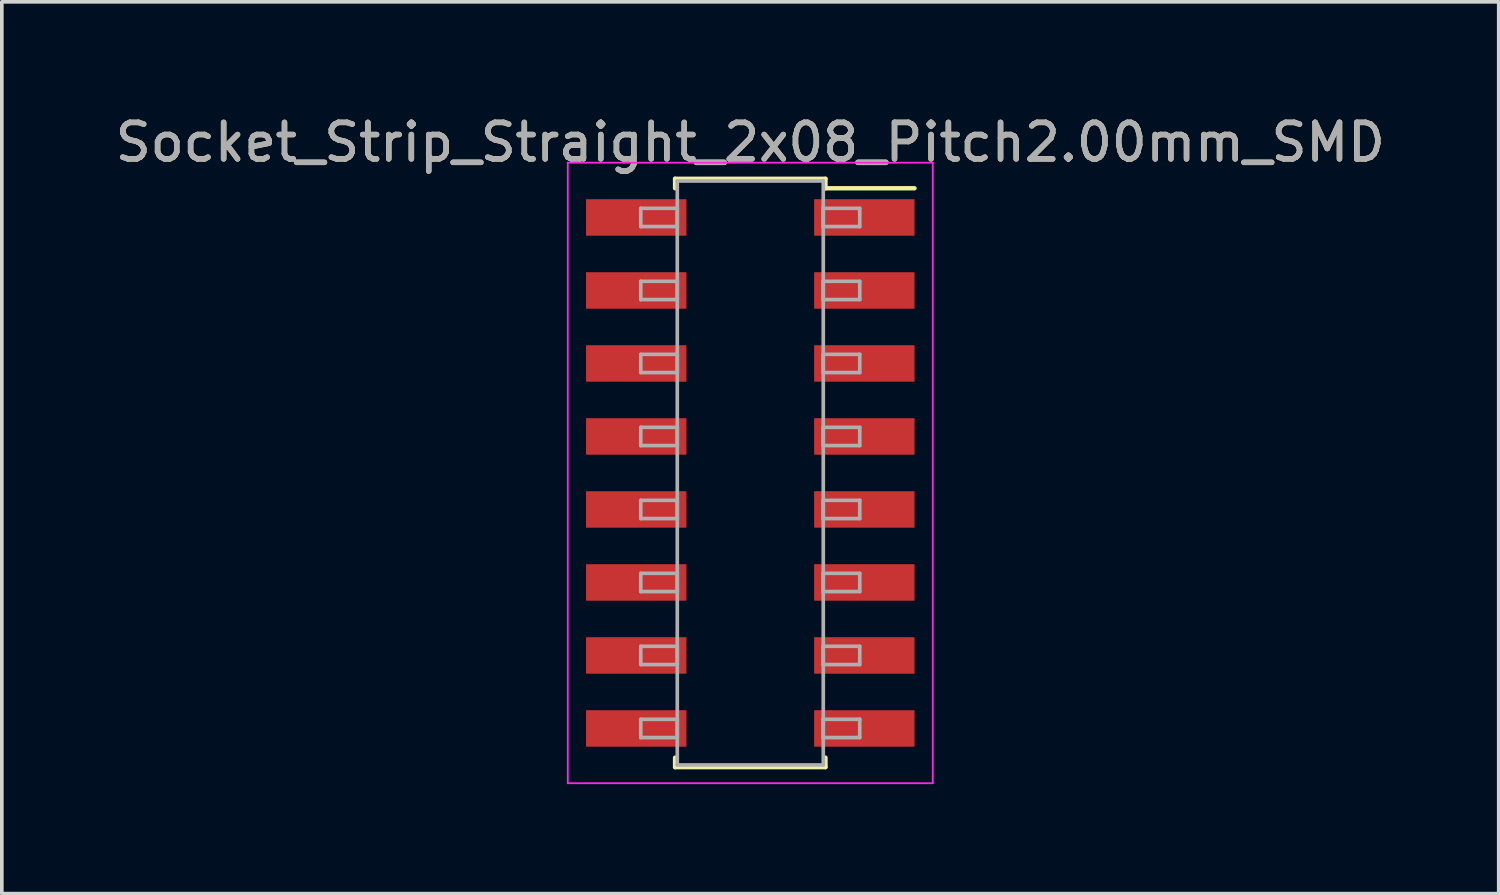
<source format=kicad_pcb>
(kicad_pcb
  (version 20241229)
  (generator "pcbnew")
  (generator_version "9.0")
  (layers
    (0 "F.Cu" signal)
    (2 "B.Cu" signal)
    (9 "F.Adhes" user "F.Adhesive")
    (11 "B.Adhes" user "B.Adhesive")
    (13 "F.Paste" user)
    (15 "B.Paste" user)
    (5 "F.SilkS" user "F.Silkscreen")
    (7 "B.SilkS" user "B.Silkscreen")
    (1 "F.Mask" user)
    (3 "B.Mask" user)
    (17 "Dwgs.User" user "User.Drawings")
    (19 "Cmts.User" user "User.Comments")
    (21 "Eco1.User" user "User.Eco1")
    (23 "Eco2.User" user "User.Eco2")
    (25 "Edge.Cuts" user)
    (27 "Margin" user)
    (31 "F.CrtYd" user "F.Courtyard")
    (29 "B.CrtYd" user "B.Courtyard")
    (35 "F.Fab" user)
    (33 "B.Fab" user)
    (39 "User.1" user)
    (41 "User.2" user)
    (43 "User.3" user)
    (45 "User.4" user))
  (footprint "Socket_Strip_Straight_2x08_Pitch2.00mm_SMD"
    (layer "F.Cu")
    (at 17.506 9.908)
    (property "Reference" "Socket_Strip_Straight_2x08_Pitch2.00mm_SMD" (at 0 -9.06 0) (layer "F.SilkS") (effects (font (size 1 1) (thickness 0.15))))
    (attr smd)
    (fp_line (start -2.06 -8.06) (end 2.06 -8.06) (stroke (width 0.12) (type solid)) (layer "F.SilkS"))
    (fp_line (start -2.06 -7.8) (end -2.06 -8.06) (stroke (width 0.12) (type solid)) (layer "F.SilkS"))
    (fp_line (start -2.06 7.8) (end -2.06 8.06) (stroke (width 0.12) (type solid)) (layer "F.SilkS"))
    (fp_line (start -2.06 8.06) (end 2.06 8.06) (stroke (width 0.12) (type solid)) (layer "F.SilkS"))
    (fp_line (start 2.06 -8.06) (end 2.06 -7.8) (stroke (width 0.12) (type solid)) (layer "F.SilkS"))
    (fp_line (start 2.06 8.06) (end 2.06 7.8) (stroke (width 0.12) (type solid)) (layer "F.SilkS"))
    (fp_line (start 4.5 -7.8) (end 2.06 -7.8) (stroke (width 0.12) (type solid)) (layer "F.SilkS"))
    (fp_line (start -5 -8.5) (end -5 8.5) (stroke (width 0.05) (type solid)) (layer "F.CrtYd"))
    (fp_line (start -5 8.5) (end 5 8.5) (stroke (width 0.05) (type solid)) (layer "F.CrtYd"))
    (fp_line (start 5 -8.5) (end -5 -8.5) (stroke (width 0.05) (type solid)) (layer "F.CrtYd"))
    (fp_line (start 5 8.5) (end 5 -8.5) (stroke (width 0.05) (type solid)) (layer "F.CrtYd"))
    (fp_line (start -3 -7.25) (end -2 -7.25) (stroke (width 0.1) (type solid)) (layer "F.Fab"))
    (fp_line (start -3 -6.75) (end -3 -7.25) (stroke (width 0.1) (type solid)) (layer "F.Fab"))
    (fp_line (start -3 -5.25) (end -2 -5.25) (stroke (width 0.1) (type solid)) (layer "F.Fab"))
    (fp_line (start -3 -4.75) (end -3 -5.25) (stroke (width 0.1) (type solid)) (layer "F.Fab"))
    (fp_line (start -3 -3.25) (end -2 -3.25) (stroke (width 0.1) (type solid)) (layer "F.Fab"))
    (fp_line (start -3 -2.75) (end -3 -3.25) (stroke (width 0.1) (type solid)) (layer "F.Fab"))
    (fp_line (start -3 -1.25) (end -2 -1.25) (stroke (width 0.1) (type solid)) (layer "F.Fab"))
    (fp_line (start -3 -0.75) (end -3 -1.25) (stroke (width 0.1) (type solid)) (layer "F.Fab"))
    (fp_line (start -3 0.75) (end -2 0.75) (stroke (width 0.1) (type solid)) (layer "F.Fab"))
    (fp_line (start -3 1.25) (end -3 0.75) (stroke (width 0.1) (type solid)) (layer "F.Fab"))
    (fp_line (start -3 2.75) (end -2 2.75) (stroke (width 0.1) (type solid)) (layer "F.Fab"))
    (fp_line (start -3 3.25) (end -3 2.75) (stroke (width 0.1) (type solid)) (layer "F.Fab"))
    (fp_line (start -3 4.75) (end -2 4.75) (stroke (width 0.1) (type solid)) (layer "F.Fab"))
    (fp_line (start -3 5.25) (end -3 4.75) (stroke (width 0.1) (type solid)) (layer "F.Fab"))
    (fp_line (start -3 6.75) (end -2 6.75) (stroke (width 0.1) (type solid)) (layer "F.Fab"))
    (fp_line (start -3 7.25) (end -3 6.75) (stroke (width 0.1) (type solid)) (layer "F.Fab"))
    (fp_line (start -2 -8) (end -2 8) (stroke (width 0.1) (type solid)) (layer "F.Fab"))
    (fp_line (start -2 -7.25) (end -2 -6.75) (stroke (width 0.1) (type solid)) (layer "F.Fab"))
    (fp_line (start -2 -6.75) (end -3 -6.75) (stroke (width 0.1) (type solid)) (layer "F.Fab"))
    (fp_line (start -2 -5.25) (end -2 -4.75) (stroke (width 0.1) (type solid)) (layer "F.Fab"))
    (fp_line (start -2 -4.75) (end -3 -4.75) (stroke (width 0.1) (type solid)) (layer "F.Fab"))
    (fp_line (start -2 -3.25) (end -2 -2.75) (stroke (width 0.1) (type solid)) (layer "F.Fab"))
    (fp_line (start -2 -2.75) (end -3 -2.75) (stroke (width 0.1) (type solid)) (layer "F.Fab"))
    (fp_line (start -2 -1.25) (end -2 -0.75) (stroke (width 0.1) (type solid)) (layer "F.Fab"))
    (fp_line (start -2 -0.75) (end -3 -0.75) (stroke (width 0.1) (type solid)) (layer "F.Fab"))
    (fp_line (start -2 0.75) (end -2 1.25) (stroke (width 0.1) (type solid)) (layer "F.Fab"))
    (fp_line (start -2 1.25) (end -3 1.25) (stroke (width 0.1) (type solid)) (layer "F.Fab"))
    (fp_line (start -2 2.75) (end -2 3.25) (stroke (width 0.1) (type solid)) (layer "F.Fab"))
    (fp_line (start -2 3.25) (end -3 3.25) (stroke (width 0.1) (type solid)) (layer "F.Fab"))
    (fp_line (start -2 4.75) (end -2 5.25) (stroke (width 0.1) (type solid)) (layer "F.Fab"))
    (fp_line (start -2 5.25) (end -3 5.25) (stroke (width 0.1) (type solid)) (layer "F.Fab"))
    (fp_line (start -2 6.75) (end -2 7.25) (stroke (width 0.1) (type solid)) (layer "F.Fab"))
    (fp_line (start -2 7.25) (end -3 7.25) (stroke (width 0.1) (type solid)) (layer "F.Fab"))
    (fp_line (start -2 8) (end 2 8) (stroke (width 0.1) (type solid)) (layer "F.Fab"))
    (fp_line (start 2 -8) (end -2 -8) (stroke (width 0.1) (type solid)) (layer "F.Fab"))
    (fp_line (start 2 -7.25) (end 2 -6.75) (stroke (width 0.1) (type solid)) (layer "F.Fab"))
    (fp_line (start 2 -6.75) (end 3 -6.75) (stroke (width 0.1) (type solid)) (layer "F.Fab"))
    (fp_line (start 2 -5.25) (end 2 -4.75) (stroke (width 0.1) (type solid)) (layer "F.Fab"))
    (fp_line (start 2 -4.75) (end 3 -4.75) (stroke (width 0.1) (type solid)) (layer "F.Fab"))
    (fp_line (start 2 -3.25) (end 2 -2.75) (stroke (width 0.1) (type solid)) (layer "F.Fab"))
    (fp_line (start 2 -2.75) (end 3 -2.75) (stroke (width 0.1) (type solid)) (layer "F.Fab"))
    (fp_line (start 2 -1.25) (end 2 -0.75) (stroke (width 0.1) (type solid)) (layer "F.Fab"))
    (fp_line (start 2 -0.75) (end 3 -0.75) (stroke (width 0.1) (type solid)) (layer "F.Fab"))
    (fp_line (start 2 0.75) (end 2 1.25) (stroke (width 0.1) (type solid)) (layer "F.Fab"))
    (fp_line (start 2 1.25) (end 3 1.25) (stroke (width 0.1) (type solid)) (layer "F.Fab"))
    (fp_line (start 2 2.75) (end 2 3.25) (stroke (width 0.1) (type solid)) (layer "F.Fab"))
    (fp_line (start 2 3.25) (end 3 3.25) (stroke (width 0.1) (type solid)) (layer "F.Fab"))
    (fp_line (start 2 4.75) (end 2 5.25) (stroke (width 0.1) (type solid)) (layer "F.Fab"))
    (fp_line (start 2 5.25) (end 3 5.25) (stroke (width 0.1) (type solid)) (layer "F.Fab"))
    (fp_line (start 2 6.75) (end 2 7.25) (stroke (width 0.1) (type solid)) (layer "F.Fab"))
    (fp_line (start 2 7.25) (end 3 7.25) (stroke (width 0.1) (type solid)) (layer "F.Fab"))
    (fp_line (start 2 8) (end 2 -8) (stroke (width 0.1) (type solid)) (layer "F.Fab"))
    (fp_line (start 3 -7.25) (end 2 -7.25) (stroke (width 0.1) (type solid)) (layer "F.Fab"))
    (fp_line (start 3 -6.75) (end 3 -7.25) (stroke (width 0.1) (type solid)) (layer "F.Fab"))
    (fp_line (start 3 -5.25) (end 2 -5.25) (stroke (width 0.1) (type solid)) (layer "F.Fab"))
    (fp_line (start 3 -4.75) (end 3 -5.25) (stroke (width 0.1) (type solid)) (layer "F.Fab"))
    (fp_line (start 3 -3.25) (end 2 -3.25) (stroke (width 0.1) (type solid)) (layer "F.Fab"))
    (fp_line (start 3 -2.75) (end 3 -3.25) (stroke (width 0.1) (type solid)) (layer "F.Fab"))
    (fp_line (start 3 -1.25) (end 2 -1.25) (stroke (width 0.1) (type solid)) (layer "F.Fab"))
    (fp_line (start 3 -0.75) (end 3 -1.25) (stroke (width 0.1) (type solid)) (layer "F.Fab"))
    (fp_line (start 3 0.75) (end 2 0.75) (stroke (width 0.1) (type solid)) (layer "F.Fab"))
    (fp_line (start 3 1.25) (end 3 0.75) (stroke (width 0.1) (type solid)) (layer "F.Fab"))
    (fp_line (start 3 2.75) (end 2 2.75) (stroke (width 0.1) (type solid)) (layer "F.Fab"))
    (fp_line (start 3 3.25) (end 3 2.75) (stroke (width 0.1) (type solid)) (layer "F.Fab"))
    (fp_line (start 3 4.75) (end 2 4.75) (stroke (width 0.1) (type solid)) (layer "F.Fab"))
    (fp_line (start 3 5.25) (end 3 4.75) (stroke (width 0.1) (type solid)) (layer "F.Fab"))
    (fp_line (start 3 6.75) (end 2 6.75) (stroke (width 0.1) (type solid)) (layer "F.Fab"))
    (fp_line (start 3 7.25) (end 3 6.75) (stroke (width 0.1) (type solid)) (layer "F.Fab"))
    (fp_text user "${REFERENCE}" (at 0 -9.06 0) (layer "F.Fab") (effects (font (size 1 1) (thickness 0.15))))
    (pad "1" smd rect (at 3.125 -7) (size 2.75 1) (layers "F.Cu" "F.Mask" "F.Paste"))
    (pad "2" smd rect (at -3.125 -7) (size 2.75 1) (layers "F.Cu" "F.Mask" "F.Paste"))
    (pad "3" smd rect (at 3.125 -5) (size 2.75 1) (layers "F.Cu" "F.Mask" "F.Paste"))
    (pad "4" smd rect (at -3.125 -5) (size 2.75 1) (layers "F.Cu" "F.Mask" "F.Paste"))
    (pad "5" smd rect (at 3.125 -3) (size 2.75 1) (layers "F.Cu" "F.Mask" "F.Paste"))
    (pad "6" smd rect (at -3.125 -3) (size 2.75 1) (layers "F.Cu" "F.Mask" "F.Paste"))
    (pad "7" smd rect (at 3.125 -1) (size 2.75 1) (layers "F.Cu" "F.Mask" "F.Paste"))
    (pad "8" smd rect (at -3.125 -1) (size 2.75 1) (layers "F.Cu" "F.Mask" "F.Paste"))
    (pad "9" smd rect (at 3.125 1) (size 2.75 1) (layers "F.Cu" "F.Mask" "F.Paste"))
    (pad "10" smd rect (at -3.125 1) (size 2.75 1) (layers "F.Cu" "F.Mask" "F.Paste"))
    (pad "11" smd rect (at 3.125 3) (size 2.75 1) (layers "F.Cu" "F.Mask" "F.Paste"))
    (pad "12" smd rect (at -3.125 3) (size 2.75 1) (layers "F.Cu" "F.Mask" "F.Paste"))
    (pad "13" smd rect (at 3.125 5) (size 2.75 1) (layers "F.Cu" "F.Mask" "F.Paste"))
    (pad "14" smd rect (at -3.125 5) (size 2.75 1) (layers "F.Cu" "F.Mask" "F.Paste"))
    (pad "15" smd rect (at 3.125 7) (size 2.75 1) (layers "F.Cu" "F.Mask" "F.Paste"))
    (pad "16" smd rect (at -3.125 7) (size 2.75 1) (layers "F.Cu" "F.Mask" "F.Paste")))
  (gr_rect
    (start -3 -3)
    (end 38.012 21.433)
    (stroke (width 0.1) (type default))
    (fill no)
    (layer "Edge.Cuts")))
</source>
